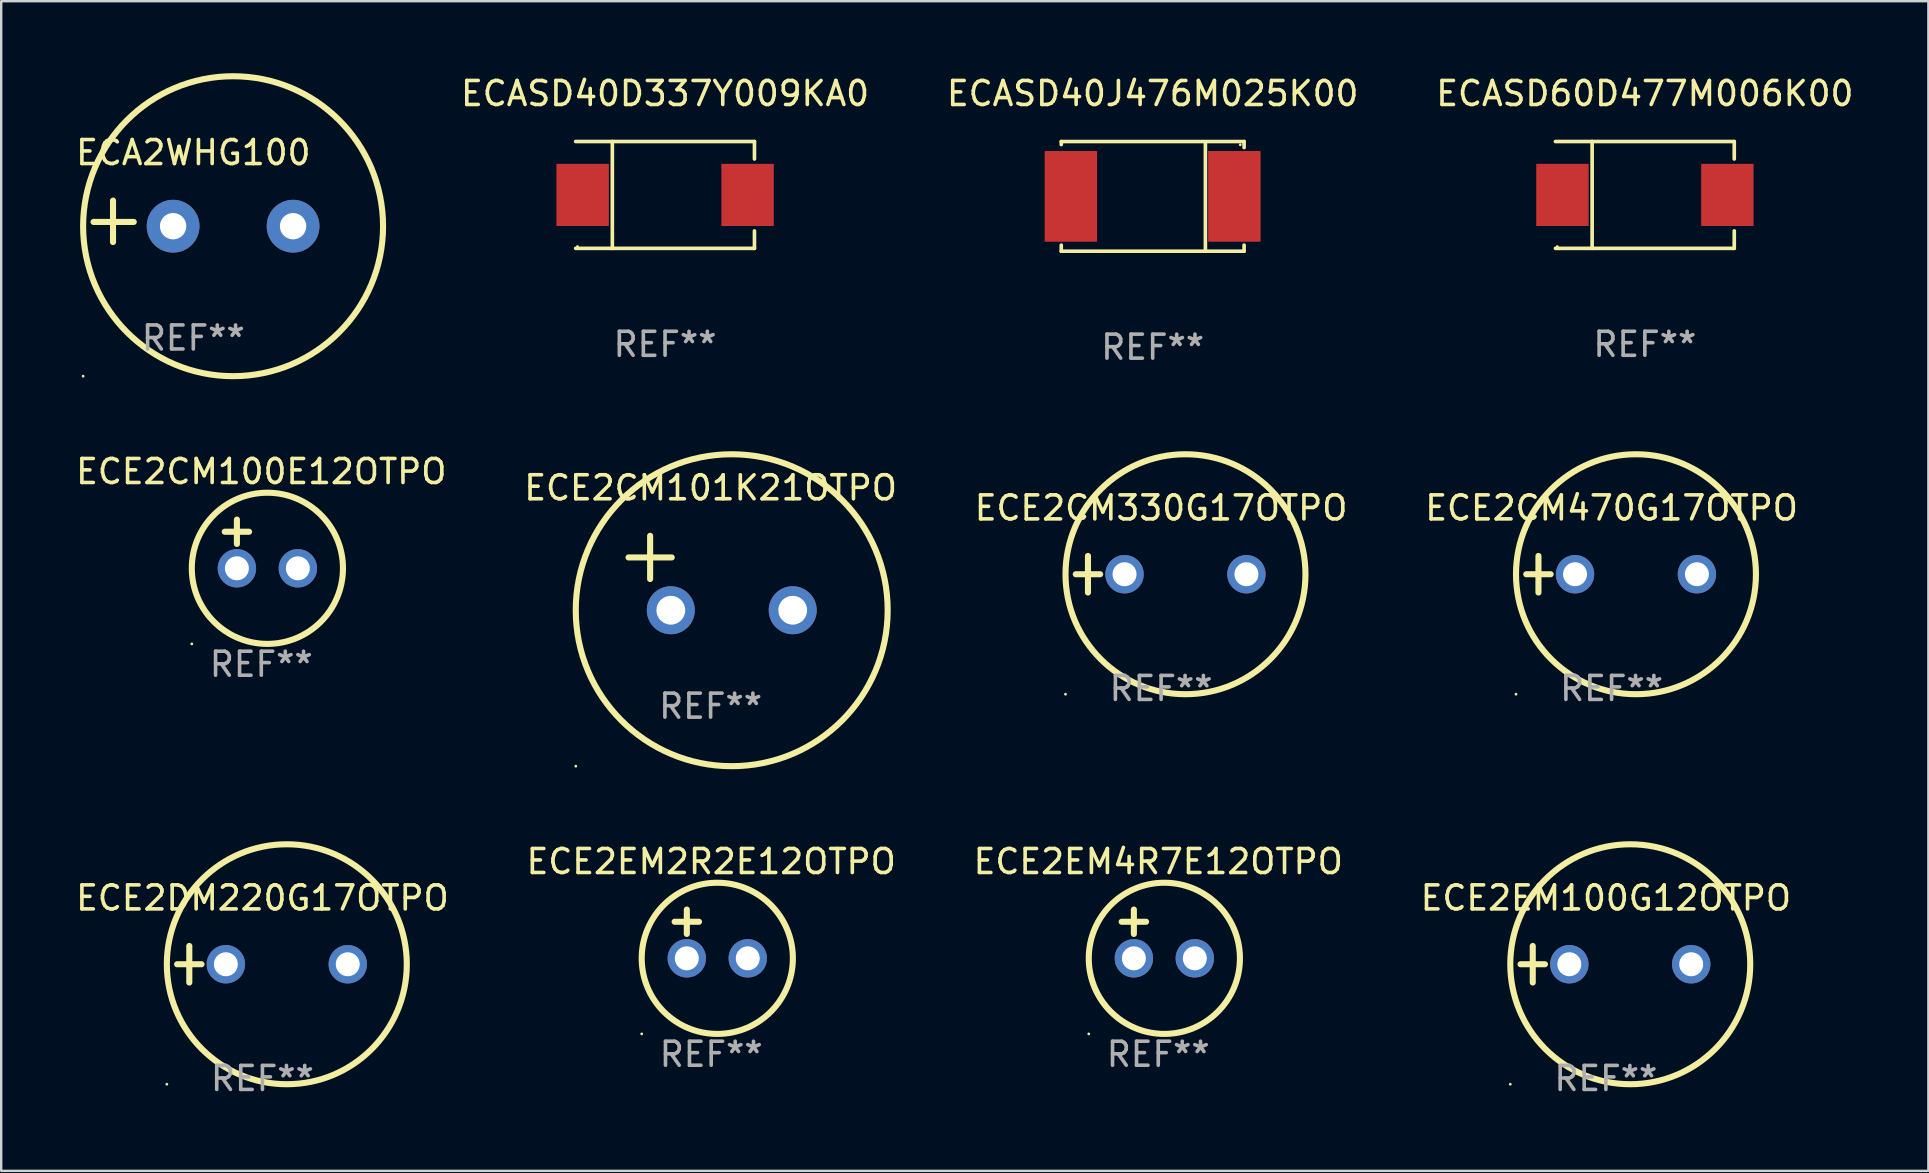
<source format=kicad_pcb>
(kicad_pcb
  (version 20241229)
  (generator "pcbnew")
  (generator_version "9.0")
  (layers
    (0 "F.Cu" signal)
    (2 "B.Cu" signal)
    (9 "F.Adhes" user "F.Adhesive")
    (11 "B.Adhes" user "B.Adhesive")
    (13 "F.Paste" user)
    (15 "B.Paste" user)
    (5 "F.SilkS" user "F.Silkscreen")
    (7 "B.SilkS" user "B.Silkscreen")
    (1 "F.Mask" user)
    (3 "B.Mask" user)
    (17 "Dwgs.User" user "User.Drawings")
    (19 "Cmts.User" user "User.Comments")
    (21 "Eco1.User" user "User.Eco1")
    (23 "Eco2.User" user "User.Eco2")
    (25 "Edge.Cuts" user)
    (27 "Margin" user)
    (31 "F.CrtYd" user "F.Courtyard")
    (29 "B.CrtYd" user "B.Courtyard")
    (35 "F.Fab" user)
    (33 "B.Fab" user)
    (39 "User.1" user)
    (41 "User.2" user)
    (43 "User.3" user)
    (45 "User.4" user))
  (footprint "ECASD60D477M006K00"
    (layer "F.Cu")
    (at 65.499 5.074)
    (property "Reference" "ECASD60D477M006K00" (at 0 -4.226 0) (layer "F.SilkS") (effects (font (size 1 1) (thickness 0.15))))
    (attr through_hole)
    (fp_line (start -3.726 -2.226) (end 3.726 -2.226) (stroke (width 0.152) (type solid)) (layer "F.SilkS"))
    (fp_line (start -3.726 2.226) (end 3.726 2.226) (stroke (width 0.152) (type solid)) (layer "F.SilkS"))
    (fp_line (start -2.197 -2.226) (end -2.197 2.226) (stroke (width 0.152) (type solid)) (layer "F.SilkS"))
    (fp_line (start 3.726 -2.226) (end 3.726 -1.499) (stroke (width 0.152) (type solid)) (layer "F.SilkS"))
    (fp_line (start 3.726 2.226) (end 3.726 1.499) (stroke (width 0.152) (type solid)) (layer "F.SilkS"))
    (fp_circle (center -3.65 2.15) (end -3.62 2.15) (stroke (width 0.06) (type solid)) (fill no) (layer "F.SilkS"))
    (fp_text user "REF**" (at 0 6.226 0) (layer "F.Fab") (effects (font (size 1 1) (thickness 0.15))))
    (pad "1" smd rect (at -3.434 0 180) (size 2.185 2.592) (layers "F.Cu" "F.Mask" "F.Paste"))
    (pad "2" smd rect (at 3.439 0 180) (size 2.185 2.592) (layers "F.Cu" "F.Mask" "F.Paste")))
  (footprint "ECE2CM470G17OTPO"
    (layer "F.Cu")
    (at 64.113 20.881)
    (property "Reference" "ECE2CM470G17OTPO" (at 0 -2.762 0) (layer "F.SilkS") (effects (font (size 1 1) (thickness 0.15))))
    (attr through_hole)
    (fp_line (start -3.556 0) (end -2.54 0) (stroke (width 0.254) (type solid)) (layer "F.SilkS"))
    (fp_line (start -3.048 -0.762) (end -3.048 0.762) (stroke (width 0.254) (type solid)) (layer "F.SilkS"))
    (fp_circle (center -3.984 5) (end -3.954 5) (stroke (width 0.06) (type solid)) (fill no) (layer "F.SilkS"))
    (fp_circle (center 1.016 0) (end 6.016 0) (stroke (width 0.254) (type solid)) (fill no) (layer "F.SilkS"))
    (fp_text user "REF**" (at 0 4.762 0) (layer "F.Fab") (effects (font (size 1 1) (thickness 0.15))))
    (pad "1" thru_hole circle (at -1.524 0) (size 1.6 1.6) (drill 1) (layers "*.Cu" "*.Mask"))
    (pad "2" thru_hole circle (at 3.556 0) (size 1.6 1.6) (drill 1) (layers "*.Cu" "*.Mask")))
  (footprint "ECE2CM100E12OTPO"
    (layer "F.Cu")
    (at 7.839 19.618)
    (property "Reference" "ECE2CM100E12OTPO" (at 0 -3.016 0) (layer "F.SilkS") (effects (font (size 1 1) (thickness 0.15))))
    (attr through_hole)
    (fp_line (start -1.524 -0.508) (end -0.508 -0.508) (stroke (width 0.254) (type solid)) (layer "F.SilkS"))
    (fp_line (start -1.016 -1.016) (end -1.016 0) (stroke (width 0.254) (type solid)) (layer "F.SilkS"))
    (fp_circle (center -2.896 4.166) (end -2.866 4.166) (stroke (width 0.06) (type solid)) (fill no) (layer "F.SilkS"))
    (fp_circle (center 0.254 1.016) (end 3.404 1.016) (stroke (width 0.254) (type solid)) (fill no) (layer "F.SilkS"))
    (fp_text user "REF**" (at 0 5.016 0) (layer "F.Fab") (effects (font (size 1 1) (thickness 0.15))))
    (pad "1" thru_hole circle (at -1.016 1.016) (size 1.6 1.6) (drill 1) (layers "*.Cu" "*.Mask"))
    (pad "2" thru_hole circle (at 1.524 1.016) (size 1.6 1.6) (drill 1) (layers "*.Cu" "*.Mask")))
  (footprint "ECE2CM330G17OTPO"
    (layer "F.Cu")
    (at 45.339 20.881)
    (property "Reference" "ECE2CM330G17OTPO" (at 0 -2.762 0) (layer "F.SilkS") (effects (font (size 1 1) (thickness 0.15))))
    (attr through_hole)
    (fp_line (start -3.556 0) (end -2.54 0) (stroke (width 0.254) (type solid)) (layer "F.SilkS"))
    (fp_line (start -3.048 -0.762) (end -3.048 0.762) (stroke (width 0.254) (type solid)) (layer "F.SilkS"))
    (fp_circle (center -3.984 5) (end -3.954 5) (stroke (width 0.06) (type solid)) (fill no) (layer "F.SilkS"))
    (fp_circle (center 1.016 0) (end 6.016 0) (stroke (width 0.254) (type solid)) (fill no) (layer "F.SilkS"))
    (fp_text user "REF**" (at 0 4.762 0) (layer "F.Fab") (effects (font (size 1 1) (thickness 0.15))))
    (pad "1" thru_hole circle (at -1.524 0) (size 1.6 1.6) (drill 1) (layers "*.Cu" "*.Mask"))
    (pad "2" thru_hole circle (at 3.556 0) (size 1.6 1.6) (drill 1) (layers "*.Cu" "*.Mask")))
  (footprint "ECE2EM2R2E12OTPO"
    (layer "F.Cu")
    (at 26.589 35.872)
    (property "Reference" "ECE2EM2R2E12OTPO" (at 0 -3.016 0) (layer "F.SilkS") (effects (font (size 1 1) (thickness 0.15))))
    (attr through_hole)
    (fp_line (start -1.524 -0.508) (end -0.508 -0.508) (stroke (width 0.254) (type solid)) (layer "F.SilkS"))
    (fp_line (start -1.016 -1.016) (end -1.016 0) (stroke (width 0.254) (type solid)) (layer "F.SilkS"))
    (fp_circle (center -2.896 4.166) (end -2.866 4.166) (stroke (width 0.06) (type solid)) (fill no) (layer "F.SilkS"))
    (fp_circle (center 0.254 1.016) (end 3.404 1.016) (stroke (width 0.254) (type solid)) (fill no) (layer "F.SilkS"))
    (fp_text user "REF**" (at 0 5.016 0) (layer "F.Fab") (effects (font (size 1 1) (thickness 0.15))))
    (pad "1" thru_hole circle (at -1.016 1.016) (size 1.6 1.6) (drill 1) (layers "*.Cu" "*.Mask"))
    (pad "2" thru_hole circle (at 1.524 1.016) (size 1.6 1.6) (drill 1) (layers "*.Cu" "*.Mask")))
  (footprint "ECASD40J476M025K00"
    (layer "F.Cu")
    (at 44.988 5.134)
    (property "Reference" "ECASD40J476M025K00" (at 0 -4.286 0) (layer "F.SilkS") (effects (font (size 1 1) (thickness 0.15))))
    (attr through_hole)
    (fp_line (start -3.81 -2.286) (end -3.81 -2.159) (stroke (width 0.15) (type solid)) (layer "F.SilkS"))
    (fp_line (start -3.81 2.032) (end -3.81 2.286) (stroke (width 0.15) (type solid)) (layer "F.SilkS"))
    (fp_line (start -3.81 2.286) (end 3.81 2.286) (stroke (width 0.15) (type solid)) (layer "F.SilkS"))
    (fp_line (start 2.197 -2.226) (end 2.197 2.226) (stroke (width 0.152) (type solid)) (layer "F.SilkS"))
    (fp_line (start 3.81 -2.286) (end -3.81 -2.286) (stroke (width 0.15) (type solid)) (layer "F.SilkS"))
    (fp_line (start 3.81 -2.032) (end 3.81 -2.286) (stroke (width 0.15) (type solid)) (layer "F.SilkS"))
    (fp_line (start 3.81 2.286) (end 3.81 2.032) (stroke (width 0.15) (type solid)) (layer "F.SilkS"))
    (fp_circle (center 3.65 -2.15) (end 3.68 -2.15) (stroke (width 0.06) (type solid)) (fill no) (layer "F.SilkS"))
    (fp_text user "REF**" (at 0 6.286 0) (layer "F.Fab") (effects (font (size 1 1) (thickness 0.15))))
    (pad "1" smd rect (at 3.404 0 180) (size 2.185 3.78) (layers "F.Cu" "F.Mask" "F.Paste"))
    (pad "2" smd rect (at -3.409 0 180) (size 2.185 3.78) (layers "F.Cu" "F.Mask" "F.Paste")))
  (footprint "ECA2WHG100"
    (layer "F.Cu")
    (at 5.006 6.174)
    (property "Reference" "ECA2WHG100" (at 0 -2.864 0) (layer "F.SilkS") (effects (font (size 1 1) (thickness 0.15))))
    (attr through_hole)
    (fp_line (start -3.346 0.864) (end -3.346 -0.864) (stroke (width 0.254) (type solid)) (layer "F.SilkS"))
    (fp_line (start -2.482 0.025) (end -4.158 0.025) (stroke (width 0.254) (type solid)) (layer "F.SilkS"))
    (fp_circle (center -4.592 6.453) (end -4.562 6.453) (stroke (width 0.06) (type solid)) (fill no) (layer "F.SilkS"))
    (fp_circle (center 1.658 0.203) (end 7.908 0.203) (stroke (width 0.254) (type solid)) (fill no) (layer "F.SilkS"))
    (fp_text user "REF**" (at 0 4.864 0) (layer "F.Fab") (effects (font (size 1 1) (thickness 0.15))))
    (pad "1" thru_hole circle (at -0.842 0.203) (size 2.2 2.2) (drill 1.1) (layers "*.Cu" "*.Mask"))
    (pad "2" thru_hole circle (at 4.158 0.203) (size 2.2 2.2) (drill 1.1) (layers "*.Cu" "*.Mask")))
  (footprint "ECE2DM220G17OTPO"
    (layer "F.Cu")
    (at 7.887 37.135)
    (property "Reference" "ECE2DM220G17OTPO" (at 0 -2.762 0) (layer "F.SilkS") (effects (font (size 1 1) (thickness 0.15))))
    (attr through_hole)
    (fp_line (start -3.556 0) (end -2.54 0) (stroke (width 0.254) (type solid)) (layer "F.SilkS"))
    (fp_line (start -3.048 -0.762) (end -3.048 0.762) (stroke (width 0.254) (type solid)) (layer "F.SilkS"))
    (fp_circle (center -3.984 5) (end -3.954 5) (stroke (width 0.06) (type solid)) (fill no) (layer "F.SilkS"))
    (fp_circle (center 1.016 0) (end 6.016 0) (stroke (width 0.254) (type solid)) (fill no) (layer "F.SilkS"))
    (fp_text user "REF**" (at 0 4.762 0) (layer "F.Fab") (effects (font (size 1 1) (thickness 0.15))))
    (pad "1" thru_hole circle (at -1.524 0) (size 1.6 1.6) (drill 1) (layers "*.Cu" "*.Mask"))
    (pad "2" thru_hole circle (at 3.556 0) (size 1.6 1.6) (drill 1) (layers "*.Cu" "*.Mask")))
  (footprint "ECE2EM100G12OTPO"
    (layer "F.Cu")
    (at 63.875 37.135)
    (property "Reference" "ECE2EM100G12OTPO" (at 0 -2.762 0) (layer "F.SilkS") (effects (font (size 1 1) (thickness 0.15))))
    (attr through_hole)
    (fp_line (start -3.556 0) (end -2.54 0) (stroke (width 0.254) (type solid)) (layer "F.SilkS"))
    (fp_line (start -3.048 -0.762) (end -3.048 0.762) (stroke (width 0.254) (type solid)) (layer "F.SilkS"))
    (fp_circle (center -3.984 5) (end -3.954 5) (stroke (width 0.06) (type solid)) (fill no) (layer "F.SilkS"))
    (fp_circle (center 1.016 0) (end 6.016 0) (stroke (width 0.254) (type solid)) (fill no) (layer "F.SilkS"))
    (fp_text user "REF**" (at 0 4.762 0) (layer "F.Fab") (effects (font (size 1 1) (thickness 0.15))))
    (pad "1" thru_hole circle (at -1.524 0) (size 1.6 1.6) (drill 1) (layers "*.Cu" "*.Mask"))
    (pad "2" thru_hole circle (at 3.556 0) (size 1.6 1.6) (drill 1) (layers "*.Cu" "*.Mask")))
  (footprint "ECE2CM101K21OTPO"
    (layer "F.Cu")
    (at 26.565 20.831)
    (property "Reference" "ECE2CM101K21OTPO" (at 0 -3.55 0) (layer "F.SilkS") (effects (font (size 1 1) (thickness 0.15))))
    (attr through_hole)
    (fp_line (start -3.421 -0.65) (end -1.621 -0.65) (stroke (width 0.254) (type solid)) (layer "F.SilkS"))
    (fp_line (start -2.521 -1.55) (end -2.521 0.25) (stroke (width 0.254) (type solid)) (layer "F.SilkS"))
    (fp_circle (center -5.619 8.05) (end -5.589 8.05) (stroke (width 0.06) (type solid)) (fill no) (layer "F.SilkS"))
    (fp_circle (center 0.879 1.55) (end 7.379 1.55) (stroke (width 0.254) (type solid)) (fill no) (layer "F.SilkS"))
    (fp_text user "REF**" (at 0 5.55 0) (layer "F.Fab") (effects (font (size 1 1) (thickness 0.15))))
    (pad "1" thru_hole circle (at -1.659 1.55) (size 2 2) (drill 1.2) (layers "*.Cu" "*.Mask"))
    (pad "2" thru_hole circle (at 3.421 1.55) (size 2 2) (drill 1.2) (layers "*.Cu" "*.Mask")))
  (footprint "ECE2EM4R7E12OTPO"
    (layer "F.Cu")
    (at 45.22 35.872)
    (property "Reference" "ECE2EM4R7E12OTPO" (at 0 -3.016 0) (layer "F.SilkS") (effects (font (size 1 1) (thickness 0.15))))
    (attr through_hole)
    (fp_line (start -1.524 -0.508) (end -0.508 -0.508) (stroke (width 0.254) (type solid)) (layer "F.SilkS"))
    (fp_line (start -1.016 -1.016) (end -1.016 0) (stroke (width 0.254) (type solid)) (layer "F.SilkS"))
    (fp_circle (center -2.896 4.166) (end -2.866 4.166) (stroke (width 0.06) (type solid)) (fill no) (layer "F.SilkS"))
    (fp_circle (center 0.254 1.016) (end 3.404 1.016) (stroke (width 0.254) (type solid)) (fill no) (layer "F.SilkS"))
    (fp_text user "REF**" (at 0 5.016 0) (layer "F.Fab") (effects (font (size 1 1) (thickness 0.15))))
    (pad "1" thru_hole circle (at -1.016 1.016) (size 1.6 1.6) (drill 1) (layers "*.Cu" "*.Mask"))
    (pad "2" thru_hole circle (at 1.524 1.016) (size 1.6 1.6) (drill 1) (layers "*.Cu" "*.Mask")))
  (footprint "ECASD40D337Y009KA0"
    (layer "F.Cu")
    (at 24.666 5.074)
    (property "Reference" "ECASD40D337Y009KA0" (at 0 -4.226 0) (layer "F.SilkS") (effects (font (size 1 1) (thickness 0.15))))
    (attr through_hole)
    (fp_line (start -3.726 -2.226) (end 3.726 -2.226) (stroke (width 0.152) (type solid)) (layer "F.SilkS"))
    (fp_line (start -3.726 2.226) (end 3.726 2.226) (stroke (width 0.152) (type solid)) (layer "F.SilkS"))
    (fp_line (start -2.197 -2.226) (end -2.197 2.226) (stroke (width 0.152) (type solid)) (layer "F.SilkS"))
    (fp_line (start 3.726 -2.226) (end 3.726 -1.499) (stroke (width 0.152) (type solid)) (layer "F.SilkS"))
    (fp_line (start 3.726 2.226) (end 3.726 1.499) (stroke (width 0.152) (type solid)) (layer "F.SilkS"))
    (fp_circle (center -3.65 2.15) (end -3.62 2.15) (stroke (width 0.06) (type solid)) (fill no) (layer "F.SilkS"))
    (fp_text user "REF**" (at 0 6.226 0) (layer "F.Fab") (effects (font (size 1 1) (thickness 0.15))))
    (pad "1" smd rect (at -3.434 0 180) (size 2.185 2.592) (layers "F.Cu" "F.Mask" "F.Paste"))
    (pad "2" smd rect (at 3.439 0 180) (size 2.185 2.592) (layers "F.Cu" "F.Mask" "F.Paste")))
  (gr_rect
    (start -3 -3)
    (end 77.315 45.745)
    (stroke (width 0.1) (type default))
    (fill no)
    (layer "Edge.Cuts")))
</source>
